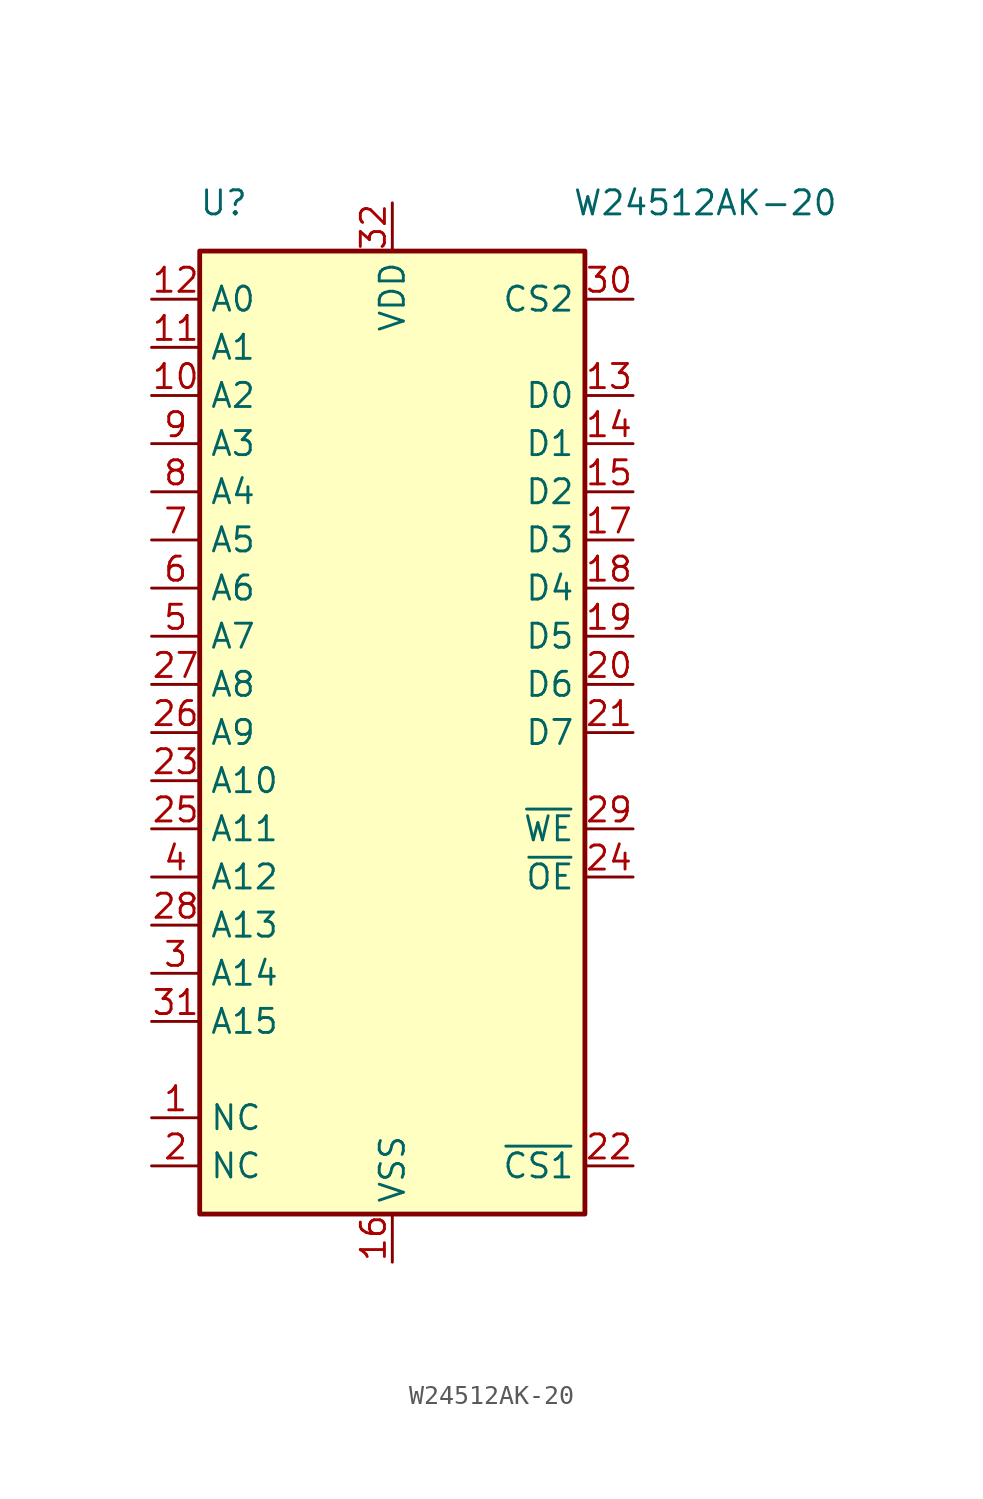
<source format=kicad_sym>
(kicad_symbol_lib
  (version 20220914)
  (generator kicad_symbol_editor)
  (symbol "W24512AK-20"
    (property "Reference" "U"
      (at -8.89 19.05 0)
      (effects (font (size 1.27 1.27))))
    (property "Value" "W24512AK-20"
      (at 16.51 19.05 0)
      (effects (font (size 1.27 1.27))))
    (symbol "W24512AK-20_0_1"
      (rectangle (start -10.16 16.51) (end 10.16 -34.29) (stroke (width 0.254) (type default)) (fill (type background))))
    (symbol "W24512AK-20_1_1"
      (pin power_in line (at -12.7 -29.21 0) (length 2.54) (name "NC" (effects (font (size 1.27 1.27)))) (number "1" (effects (font (size 1.27 1.27)))))
      (pin input line (at -12.7 8.89 0) (length 2.54) (name "A2" (effects (font (size 1.27 1.27)))) (number "10" (effects (font (size 1.27 1.27)))))
      (pin input line (at -12.7 11.43 0) (length 2.54) (name "A1" (effects (font (size 1.27 1.27)))) (number "11" (effects (font (size 1.27 1.27)))))
      (pin input line (at -12.7 13.97 0) (length 2.54) (name "A0" (effects (font (size 1.27 1.27)))) (number "12" (effects (font (size 1.27 1.27)))))
      (pin tri_state line (at 12.7 8.89 180) (length 2.54) (name "D0" (effects (font (size 1.27 1.27)))) (number "13" (effects (font (size 1.27 1.27)))))
      (pin tri_state line (at 12.7 6.35 180) (length 2.54) (name "D1" (effects (font (size 1.27 1.27)))) (number "14" (effects (font (size 1.27 1.27)))))
      (pin tri_state line (at 12.7 3.81 180) (length 2.54) (name "D2" (effects (font (size 1.27 1.27)))) (number "15" (effects (font (size 1.27 1.27)))))
      (pin power_in line (at 0 -36.83 90) (length 2.54) (name "VSS" (effects (font (size 1.27 1.27)))) (number "16" (effects (font (size 1.27 1.27)))))
      (pin tri_state line (at 12.7 1.27 180) (length 2.54) (name "D3" (effects (font (size 1.27 1.27)))) (number "17" (effects (font (size 1.27 1.27)))))
      (pin tri_state line (at 12.7 -1.27 180) (length 2.54) (name "D4" (effects (font (size 1.27 1.27)))) (number "18" (effects (font (size 1.27 1.27)))))
      (pin tri_state line (at 12.7 -3.81 180) (length 2.54) (name "D5" (effects (font (size 1.27 1.27)))) (number "19" (effects (font (size 1.27 1.27)))))
      (pin power_in line (at -12.7 -31.75 0) (length 2.54) (name "NC" (effects (font (size 1.27 1.27)))) (number "2" (effects (font (size 1.27 1.27)))))
      (pin tri_state line (at 12.7 -6.35 180) (length 2.54) (name "D6" (effects (font (size 1.27 1.27)))) (number "20" (effects (font (size 1.27 1.27)))))
      (pin tri_state line (at 12.7 -8.89 180) (length 2.54) (name "D7" (effects (font (size 1.27 1.27)))) (number "21" (effects (font (size 1.27 1.27)))))
      (pin input line (at 12.7 -31.75 180) (length 2.54) (name "~{CS1}" (effects (font (size 1.27 1.27)))) (number "22" (effects (font (size 1.27 1.27)))))
      (pin input line (at -12.7 -11.43 0) (length 2.54) (name "A10" (effects (font (size 1.27 1.27)))) (number "23" (effects (font (size 1.27 1.27)))))
      (pin input line (at 12.7 -16.51 180) (length 2.54) (name "~{OE}" (effects (font (size 1.27 1.27)))) (number "24" (effects (font (size 1.27 1.27)))))
      (pin input line (at -12.7 -13.97 0) (length 2.54) (name "A11" (effects (font (size 1.27 1.27)))) (number "25" (effects (font (size 1.27 1.27)))))
      (pin input line (at -12.7 -8.89 0) (length 2.54) (name "A9" (effects (font (size 1.27 1.27)))) (number "26" (effects (font (size 1.27 1.27)))))
      (pin input line (at -12.7 -6.35 0) (length 2.54) (name "A8" (effects (font (size 1.27 1.27)))) (number "27" (effects (font (size 1.27 1.27)))))
      (pin input line (at -12.7 -19.05 0) (length 2.54) (name "A13" (effects (font (size 1.27 1.27)))) (number "28" (effects (font (size 1.27 1.27)))))
      (pin input line (at 12.7 -13.97 180) (length 2.54) (name "~{WE}" (effects (font (size 1.27 1.27)))) (number "29" (effects (font (size 1.27 1.27)))))
      (pin input line (at -12.7 -21.59 0) (length 2.54) (name "A14" (effects (font (size 1.27 1.27)))) (number "3" (effects (font (size 1.27 1.27)))))
      (pin input line (at 12.7 13.97 180) (length 2.54) (name "CS2" (effects (font (size 1.27 1.27)))) (number "30" (effects (font (size 1.27 1.27)))))
      (pin input line (at -12.7 -24.13 0) (length 2.54) (name "A15" (effects (font (size 1.27 1.27)))) (number "31" (effects (font (size 1.27 1.27)))))
      (pin power_in line (at 0 19.05 270) (length 2.54) (name "VDD" (effects (font (size 1.27 1.27)))) (number "32" (effects (font (size 1.27 1.27)))))
      (pin input line (at -12.7 -16.51 0) (length 2.54) (name "A12" (effects (font (size 1.27 1.27)))) (number "4" (effects (font (size 1.27 1.27)))))
      (pin input line (at -12.7 -3.81 0) (length 2.54) (name "A7" (effects (font (size 1.27 1.27)))) (number "5" (effects (font (size 1.27 1.27)))))
      (pin input line (at -12.7 -1.27 0) (length 2.54) (name "A6" (effects (font (size 1.27 1.27)))) (number "6" (effects (font (size 1.27 1.27)))))
      (pin input line (at -12.7 1.27 0) (length 2.54) (name "A5" (effects (font (size 1.27 1.27)))) (number "7" (effects (font (size 1.27 1.27)))))
      (pin input line (at -12.7 3.81 0) (length 2.54) (name "A4" (effects (font (size 1.27 1.27)))) (number "8" (effects (font (size 1.27 1.27)))))
      (pin input line (at -12.7 6.35 0) (length 2.54) (name "A3" (effects (font (size 1.27 1.27)))) (number "9" (effects (font (size 1.27 1.27))))))))
</source>
